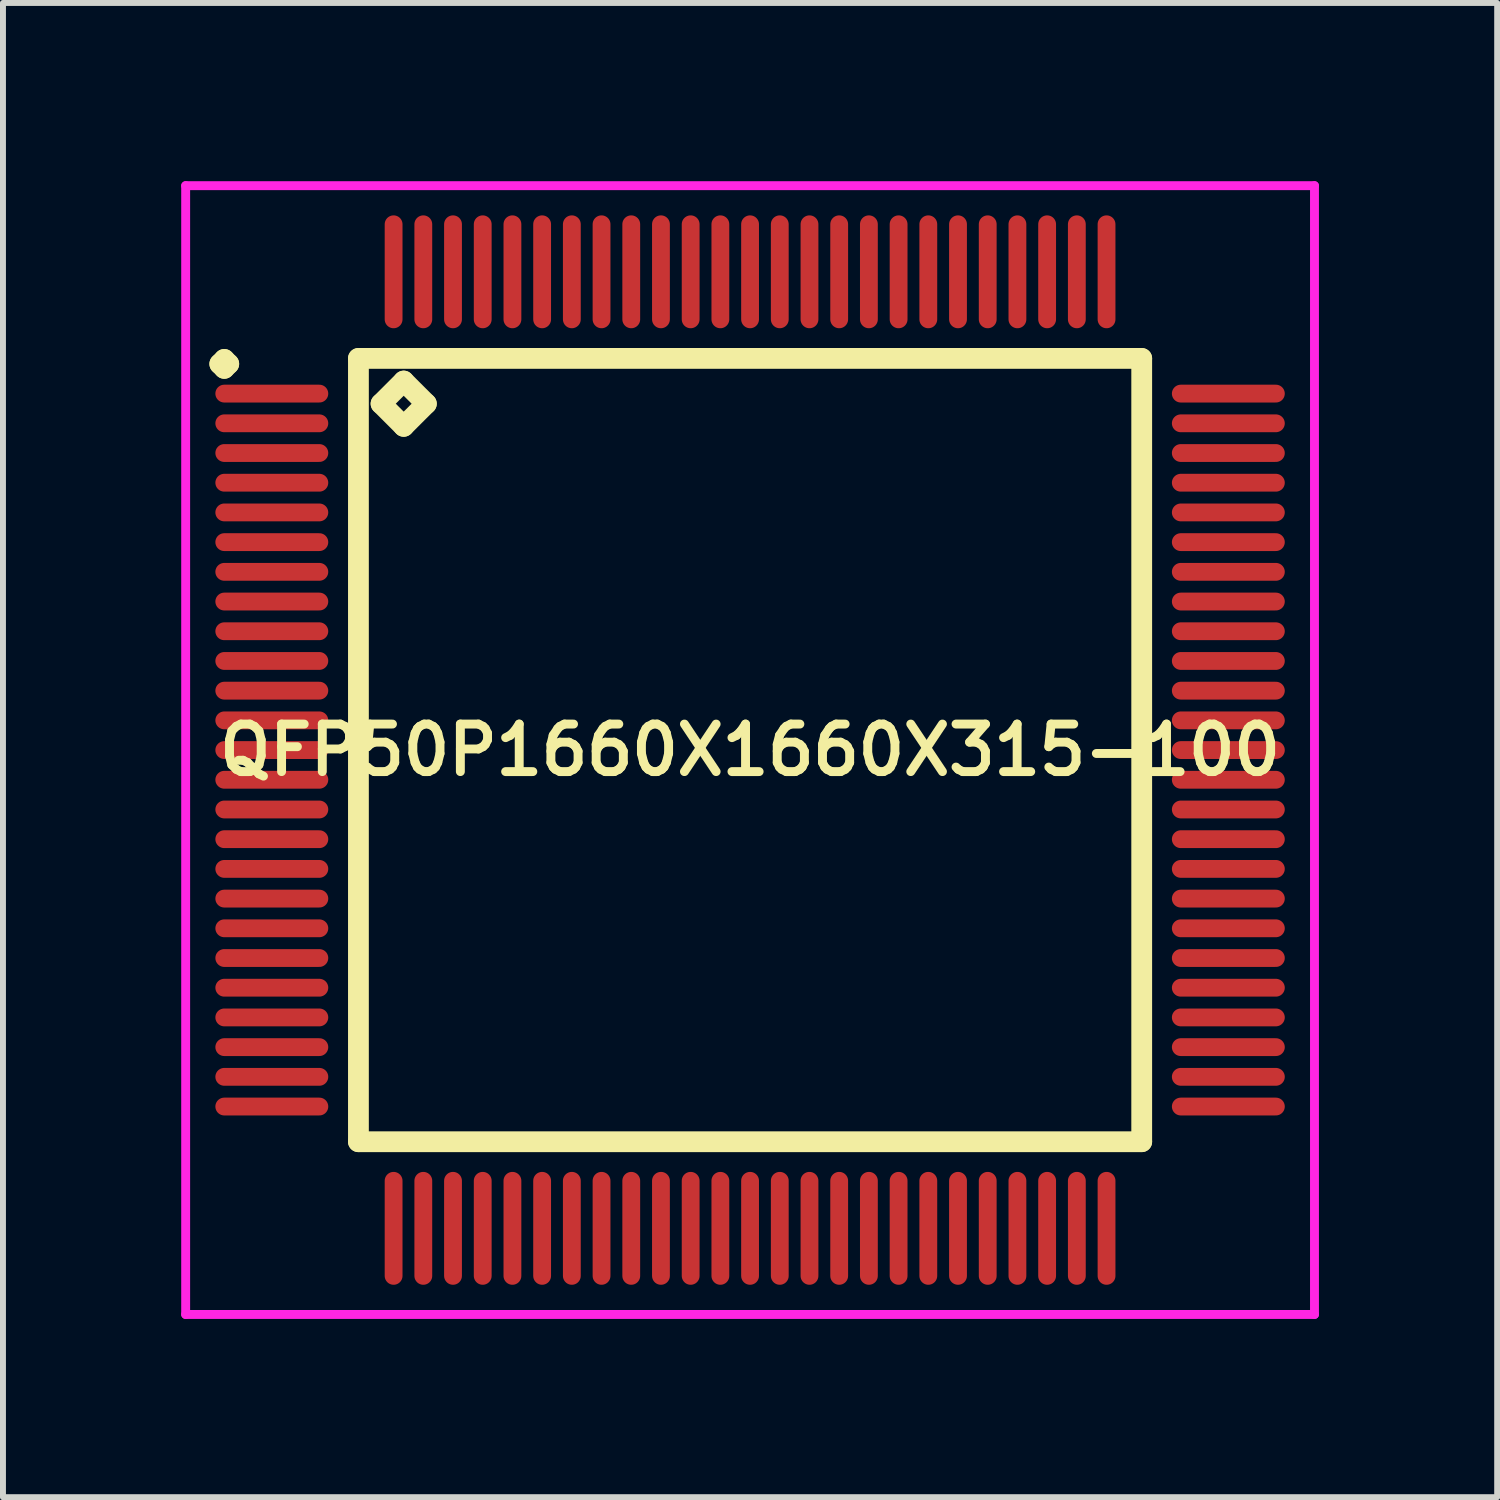
<source format=kicad_pcb>
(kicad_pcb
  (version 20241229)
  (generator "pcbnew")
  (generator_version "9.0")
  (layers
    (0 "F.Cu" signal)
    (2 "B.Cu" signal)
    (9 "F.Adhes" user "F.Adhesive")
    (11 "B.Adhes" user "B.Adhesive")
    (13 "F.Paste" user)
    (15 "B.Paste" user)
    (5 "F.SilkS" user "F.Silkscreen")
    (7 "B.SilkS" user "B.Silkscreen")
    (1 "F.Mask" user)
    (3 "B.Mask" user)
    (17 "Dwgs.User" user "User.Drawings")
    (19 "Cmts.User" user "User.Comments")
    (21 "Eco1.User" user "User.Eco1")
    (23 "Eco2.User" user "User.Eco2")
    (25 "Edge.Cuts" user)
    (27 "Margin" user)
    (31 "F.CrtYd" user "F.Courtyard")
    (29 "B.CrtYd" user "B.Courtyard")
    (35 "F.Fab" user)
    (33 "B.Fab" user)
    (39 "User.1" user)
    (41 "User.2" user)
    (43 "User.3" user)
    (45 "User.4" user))
  (footprint "QFP50P1660X1660X315-100"
    (layer "F.Cu")
    (at 9.575 9.575)
    (property "Reference" "QFP50P1660X1660X315-100" (at 0 0 0) (layer "F.SilkS") (effects (font (size 0.8 0.8) (thickness 0.15))))
    (attr through_hole)
    (fp_line (start -8.925 -6.5) (end -8.85 -6.575) (stroke (width 0.35) (type solid)) (layer "F.SilkS"))
    (fp_line (start -8.85 -6.575) (end -8.775 -6.5) (stroke (width 0.35) (type solid)) (layer "F.SilkS"))
    (fp_line (start -8.85 -6.425) (end -8.925 -6.5) (stroke (width 0.35) (type solid)) (layer "F.SilkS"))
    (fp_line (start -8.775 -6.5) (end -8.85 -6.425) (stroke (width 0.35) (type solid)) (layer "F.SilkS"))
    (fp_line (start -6.592 -6.592) (end -6.592 6.592) (stroke (width 0.35) (type solid)) (layer "F.SilkS"))
    (fp_line (start -6.592 6.592) (end 6.592 6.592) (stroke (width 0.35) (type solid)) (layer "F.SilkS"))
    (fp_line (start -6.211 -5.83) (end -5.83 -6.211) (stroke (width 0.35) (type solid)) (layer "F.SilkS"))
    (fp_line (start -5.83 -6.211) (end -5.449 -5.83) (stroke (width 0.35) (type solid)) (layer "F.SilkS"))
    (fp_line (start -5.83 -5.449) (end -6.211 -5.83) (stroke (width 0.35) (type solid)) (layer "F.SilkS"))
    (fp_line (start -5.449 -5.83) (end -5.83 -5.449) (stroke (width 0.35) (type solid)) (layer "F.SilkS"))
    (fp_line (start 6.592 -6.592) (end -6.592 -6.592) (stroke (width 0.35) (type solid)) (layer "F.SilkS"))
    (fp_line (start 6.592 6.592) (end 6.592 -6.592) (stroke (width 0.35) (type solid)) (layer "F.SilkS"))
    (fp_line (start -9.5 -9.5) (end 9.5 -9.5) (stroke (width 0.15) (type solid)) (layer "F.CrtYd"))
    (fp_line (start -9.5 9.5) (end -9.5 -9.5) (stroke (width 0.15) (type solid)) (layer "F.CrtYd"))
    (fp_line (start 9.5 -9.5) (end 9.5 9.5) (stroke (width 0.15) (type solid)) (layer "F.CrtYd"))
    (fp_line (start 9.5 9.5) (end -9.5 9.5) (stroke (width 0.15) (type solid)) (layer "F.CrtYd"))
    (pad "1" smd oval (at -8.05 -6) (size 1.9 0.3) (layers "F.Cu" "F.Mask" "F.Paste"))
    (pad "2" smd oval (at -8.05 -5.5) (size 1.9 0.3) (layers "F.Cu" "F.Mask" "F.Paste"))
    (pad "3" smd oval (at -8.05 -5) (size 1.9 0.3) (layers "F.Cu" "F.Mask" "F.Paste"))
    (pad "4" smd oval (at -8.05 -4.5) (size 1.9 0.3) (layers "F.Cu" "F.Mask" "F.Paste"))
    (pad "5" smd oval (at -8.05 -4) (size 1.9 0.3) (layers "F.Cu" "F.Mask" "F.Paste"))
    (pad "6" smd oval (at -8.05 -3.5) (size 1.9 0.3) (layers "F.Cu" "F.Mask" "F.Paste"))
    (pad "7" smd oval (at -8.05 -3) (size 1.9 0.3) (layers "F.Cu" "F.Mask" "F.Paste"))
    (pad "8" smd oval (at -8.05 -2.5) (size 1.9 0.3) (layers "F.Cu" "F.Mask" "F.Paste"))
    (pad "9" smd oval (at -8.05 -2) (size 1.9 0.3) (layers "F.Cu" "F.Mask" "F.Paste"))
    (pad "10" smd oval (at -8.05 -1.5) (size 1.9 0.3) (layers "F.Cu" "F.Mask" "F.Paste"))
    (pad "11" smd oval (at -8.05 -1) (size 1.9 0.3) (layers "F.Cu" "F.Mask" "F.Paste"))
    (pad "12" smd oval (at -8.05 -0.5) (size 1.9 0.3) (layers "F.Cu" "F.Mask" "F.Paste"))
    (pad "13" smd oval (at -8.05 0) (size 1.9 0.3) (layers "F.Cu" "F.Mask" "F.Paste"))
    (pad "14" smd oval (at -8.05 0.5) (size 1.9 0.3) (layers "F.Cu" "F.Mask" "F.Paste"))
    (pad "15" smd oval (at -8.05 1) (size 1.9 0.3) (layers "F.Cu" "F.Mask" "F.Paste"))
    (pad "16" smd oval (at -8.05 1.5) (size 1.9 0.3) (layers "F.Cu" "F.Mask" "F.Paste"))
    (pad "17" smd oval (at -8.05 2) (size 1.9 0.3) (layers "F.Cu" "F.Mask" "F.Paste"))
    (pad "18" smd oval (at -8.05 2.5) (size 1.9 0.3) (layers "F.Cu" "F.Mask" "F.Paste"))
    (pad "19" smd oval (at -8.05 3) (size 1.9 0.3) (layers "F.Cu" "F.Mask" "F.Paste"))
    (pad "20" smd oval (at -8.05 3.5) (size 1.9 0.3) (layers "F.Cu" "F.Mask" "F.Paste"))
    (pad "21" smd oval (at -8.05 4) (size 1.9 0.3) (layers "F.Cu" "F.Mask" "F.Paste"))
    (pad "22" smd oval (at -8.05 4.5) (size 1.9 0.3) (layers "F.Cu" "F.Mask" "F.Paste"))
    (pad "23" smd oval (at -8.05 5) (size 1.9 0.3) (layers "F.Cu" "F.Mask" "F.Paste"))
    (pad "24" smd oval (at -8.05 5.5) (size 1.9 0.3) (layers "F.Cu" "F.Mask" "F.Paste"))
    (pad "25" smd oval (at -8.05 6) (size 1.9 0.3) (layers "F.Cu" "F.Mask" "F.Paste"))
    (pad "26" smd oval (at -6 8.05) (size 0.3 1.9) (layers "F.Cu" "F.Mask" "F.Paste"))
    (pad "27" smd oval (at -5.5 8.05) (size 0.3 1.9) (layers "F.Cu" "F.Mask" "F.Paste"))
    (pad "28" smd oval (at -5 8.05) (size 0.3 1.9) (layers "F.Cu" "F.Mask" "F.Paste"))
    (pad "29" smd oval (at -4.5 8.05) (size 0.3 1.9) (layers "F.Cu" "F.Mask" "F.Paste"))
    (pad "30" smd oval (at -4 8.05) (size 0.3 1.9) (layers "F.Cu" "F.Mask" "F.Paste"))
    (pad "31" smd oval (at -3.5 8.05) (size 0.3 1.9) (layers "F.Cu" "F.Mask" "F.Paste"))
    (pad "32" smd oval (at -3 8.05) (size 0.3 1.9) (layers "F.Cu" "F.Mask" "F.Paste"))
    (pad "33" smd oval (at -2.5 8.05) (size 0.3 1.9) (layers "F.Cu" "F.Mask" "F.Paste"))
    (pad "34" smd oval (at -2 8.05) (size 0.3 1.9) (layers "F.Cu" "F.Mask" "F.Paste"))
    (pad "35" smd oval (at -1.5 8.05) (size 0.3 1.9) (layers "F.Cu" "F.Mask" "F.Paste"))
    (pad "36" smd oval (at -1 8.05) (size 0.3 1.9) (layers "F.Cu" "F.Mask" "F.Paste"))
    (pad "37" smd oval (at -0.5 8.05) (size 0.3 1.9) (layers "F.Cu" "F.Mask" "F.Paste"))
    (pad "38" smd oval (at 0 8.05) (size 0.3 1.9) (layers "F.Cu" "F.Mask" "F.Paste"))
    (pad "39" smd oval (at 0.5 8.05) (size 0.3 1.9) (layers "F.Cu" "F.Mask" "F.Paste"))
    (pad "40" smd oval (at 1 8.05) (size 0.3 1.9) (layers "F.Cu" "F.Mask" "F.Paste"))
    (pad "41" smd oval (at 1.5 8.05) (size 0.3 1.9) (layers "F.Cu" "F.Mask" "F.Paste"))
    (pad "42" smd oval (at 2 8.05) (size 0.3 1.9) (layers "F.Cu" "F.Mask" "F.Paste"))
    (pad "43" smd oval (at 2.5 8.05) (size 0.3 1.9) (layers "F.Cu" "F.Mask" "F.Paste"))
    (pad "44" smd oval (at 3 8.05) (size 0.3 1.9) (layers "F.Cu" "F.Mask" "F.Paste"))
    (pad "45" smd oval (at 3.5 8.05) (size 0.3 1.9) (layers "F.Cu" "F.Mask" "F.Paste"))
    (pad "46" smd oval (at 4 8.05) (size 0.3 1.9) (layers "F.Cu" "F.Mask" "F.Paste"))
    (pad "47" smd oval (at 4.5 8.05) (size 0.3 1.9) (layers "F.Cu" "F.Mask" "F.Paste"))
    (pad "48" smd oval (at 5 8.05) (size 0.3 1.9) (layers "F.Cu" "F.Mask" "F.Paste"))
    (pad "49" smd oval (at 5.5 8.05) (size 0.3 1.9) (layers "F.Cu" "F.Mask" "F.Paste"))
    (pad "50" smd oval (at 6 8.05) (size 0.3 1.9) (layers "F.Cu" "F.Mask" "F.Paste"))
    (pad "51" smd oval (at 8.05 6) (size 1.9 0.3) (layers "F.Cu" "F.Mask" "F.Paste"))
    (pad "52" smd oval (at 8.05 5.5) (size 1.9 0.3) (layers "F.Cu" "F.Mask" "F.Paste"))
    (pad "53" smd oval (at 8.05 5) (size 1.9 0.3) (layers "F.Cu" "F.Mask" "F.Paste"))
    (pad "54" smd oval (at 8.05 4.5) (size 1.9 0.3) (layers "F.Cu" "F.Mask" "F.Paste"))
    (pad "55" smd oval (at 8.05 4) (size 1.9 0.3) (layers "F.Cu" "F.Mask" "F.Paste"))
    (pad "56" smd oval (at 8.05 3.5) (size 1.9 0.3) (layers "F.Cu" "F.Mask" "F.Paste"))
    (pad "57" smd oval (at 8.05 3) (size 1.9 0.3) (layers "F.Cu" "F.Mask" "F.Paste"))
    (pad "58" smd oval (at 8.05 2.5) (size 1.9 0.3) (layers "F.Cu" "F.Mask" "F.Paste"))
    (pad "59" smd oval (at 8.05 2) (size 1.9 0.3) (layers "F.Cu" "F.Mask" "F.Paste"))
    (pad "60" smd oval (at 8.05 1.5) (size 1.9 0.3) (layers "F.Cu" "F.Mask" "F.Paste"))
    (pad "61" smd oval (at 8.05 1) (size 1.9 0.3) (layers "F.Cu" "F.Mask" "F.Paste"))
    (pad "62" smd oval (at 8.05 0.5) (size 1.9 0.3) (layers "F.Cu" "F.Mask" "F.Paste"))
    (pad "63" smd oval (at 8.05 0) (size 1.9 0.3) (layers "F.Cu" "F.Mask" "F.Paste"))
    (pad "64" smd oval (at 8.05 -0.5) (size 1.9 0.3) (layers "F.Cu" "F.Mask" "F.Paste"))
    (pad "65" smd oval (at 8.05 -1) (size 1.9 0.3) (layers "F.Cu" "F.Mask" "F.Paste"))
    (pad "66" smd oval (at 8.05 -1.5) (size 1.9 0.3) (layers "F.Cu" "F.Mask" "F.Paste"))
    (pad "67" smd oval (at 8.05 -2) (size 1.9 0.3) (layers "F.Cu" "F.Mask" "F.Paste"))
    (pad "68" smd oval (at 8.05 -2.5) (size 1.9 0.3) (layers "F.Cu" "F.Mask" "F.Paste"))
    (pad "69" smd oval (at 8.05 -3) (size 1.9 0.3) (layers "F.Cu" "F.Mask" "F.Paste"))
    (pad "70" smd oval (at 8.05 -3.5) (size 1.9 0.3) (layers "F.Cu" "F.Mask" "F.Paste"))
    (pad "71" smd oval (at 8.05 -4) (size 1.9 0.3) (layers "F.Cu" "F.Mask" "F.Paste"))
    (pad "72" smd oval (at 8.05 -4.5) (size 1.9 0.3) (layers "F.Cu" "F.Mask" "F.Paste"))
    (pad "73" smd oval (at 8.05 -5) (size 1.9 0.3) (layers "F.Cu" "F.Mask" "F.Paste"))
    (pad "74" smd oval (at 8.05 -5.5) (size 1.9 0.3) (layers "F.Cu" "F.Mask" "F.Paste"))
    (pad "75" smd oval (at 8.05 -6) (size 1.9 0.3) (layers "F.Cu" "F.Mask" "F.Paste"))
    (pad "76" smd oval (at 6 -8.05) (size 0.3 1.9) (layers "F.Cu" "F.Mask" "F.Paste"))
    (pad "77" smd oval (at 5.5 -8.05) (size 0.3 1.9) (layers "F.Cu" "F.Mask" "F.Paste"))
    (pad "78" smd oval (at 5 -8.05) (size 0.3 1.9) (layers "F.Cu" "F.Mask" "F.Paste"))
    (pad "79" smd oval (at 4.5 -8.05) (size 0.3 1.9) (layers "F.Cu" "F.Mask" "F.Paste"))
    (pad "80" smd oval (at 4 -8.05) (size 0.3 1.9) (layers "F.Cu" "F.Mask" "F.Paste"))
    (pad "81" smd oval (at 3.5 -8.05) (size 0.3 1.9) (layers "F.Cu" "F.Mask" "F.Paste"))
    (pad "82" smd oval (at 3 -8.05) (size 0.3 1.9) (layers "F.Cu" "F.Mask" "F.Paste"))
    (pad "83" smd oval (at 2.5 -8.05) (size 0.3 1.9) (layers "F.Cu" "F.Mask" "F.Paste"))
    (pad "84" smd oval (at 2 -8.05) (size 0.3 1.9) (layers "F.Cu" "F.Mask" "F.Paste"))
    (pad "85" smd oval (at 1.5 -8.05) (size 0.3 1.9) (layers "F.Cu" "F.Mask" "F.Paste"))
    (pad "86" smd oval (at 1 -8.05) (size 0.3 1.9) (layers "F.Cu" "F.Mask" "F.Paste"))
    (pad "87" smd oval (at 0.5 -8.05) (size 0.3 1.9) (layers "F.Cu" "F.Mask" "F.Paste"))
    (pad "88" smd oval (at 0 -8.05) (size 0.3 1.9) (layers "F.Cu" "F.Mask" "F.Paste"))
    (pad "89" smd oval (at -0.5 -8.05) (size 0.3 1.9) (layers "F.Cu" "F.Mask" "F.Paste"))
    (pad "90" smd oval (at -1 -8.05) (size 0.3 1.9) (layers "F.Cu" "F.Mask" "F.Paste"))
    (pad "91" smd oval (at -1.5 -8.05) (size 0.3 1.9) (layers "F.Cu" "F.Mask" "F.Paste"))
    (pad "92" smd oval (at -2 -8.05) (size 0.3 1.9) (layers "F.Cu" "F.Mask" "F.Paste"))
    (pad "93" smd oval (at -2.5 -8.05) (size 0.3 1.9) (layers "F.Cu" "F.Mask" "F.Paste"))
    (pad "94" smd oval (at -3 -8.05) (size 0.3 1.9) (layers "F.Cu" "F.Mask" "F.Paste"))
    (pad "95" smd oval (at -3.5 -8.05) (size 0.3 1.9) (layers "F.Cu" "F.Mask" "F.Paste"))
    (pad "96" smd oval (at -4 -8.05) (size 0.3 1.9) (layers "F.Cu" "F.Mask" "F.Paste"))
    (pad "97" smd oval (at -4.5 -8.05) (size 0.3 1.9) (layers "F.Cu" "F.Mask" "F.Paste"))
    (pad "98" smd oval (at -5 -8.05) (size 0.3 1.9) (layers "F.Cu" "F.Mask" "F.Paste"))
    (pad "99" smd oval (at -5.5 -8.05) (size 0.3 1.9) (layers "F.Cu" "F.Mask" "F.Paste"))
    (pad "100" smd oval (at -6 -8.05) (size 0.3 1.9) (layers "F.Cu" "F.Mask" "F.Paste")))
  (gr_rect
    (start -3 -3)
    (end 22.15 22.15)
    (stroke (width 0.1) (type default))
    (fill no)
    (layer "Edge.Cuts")))
</source>
